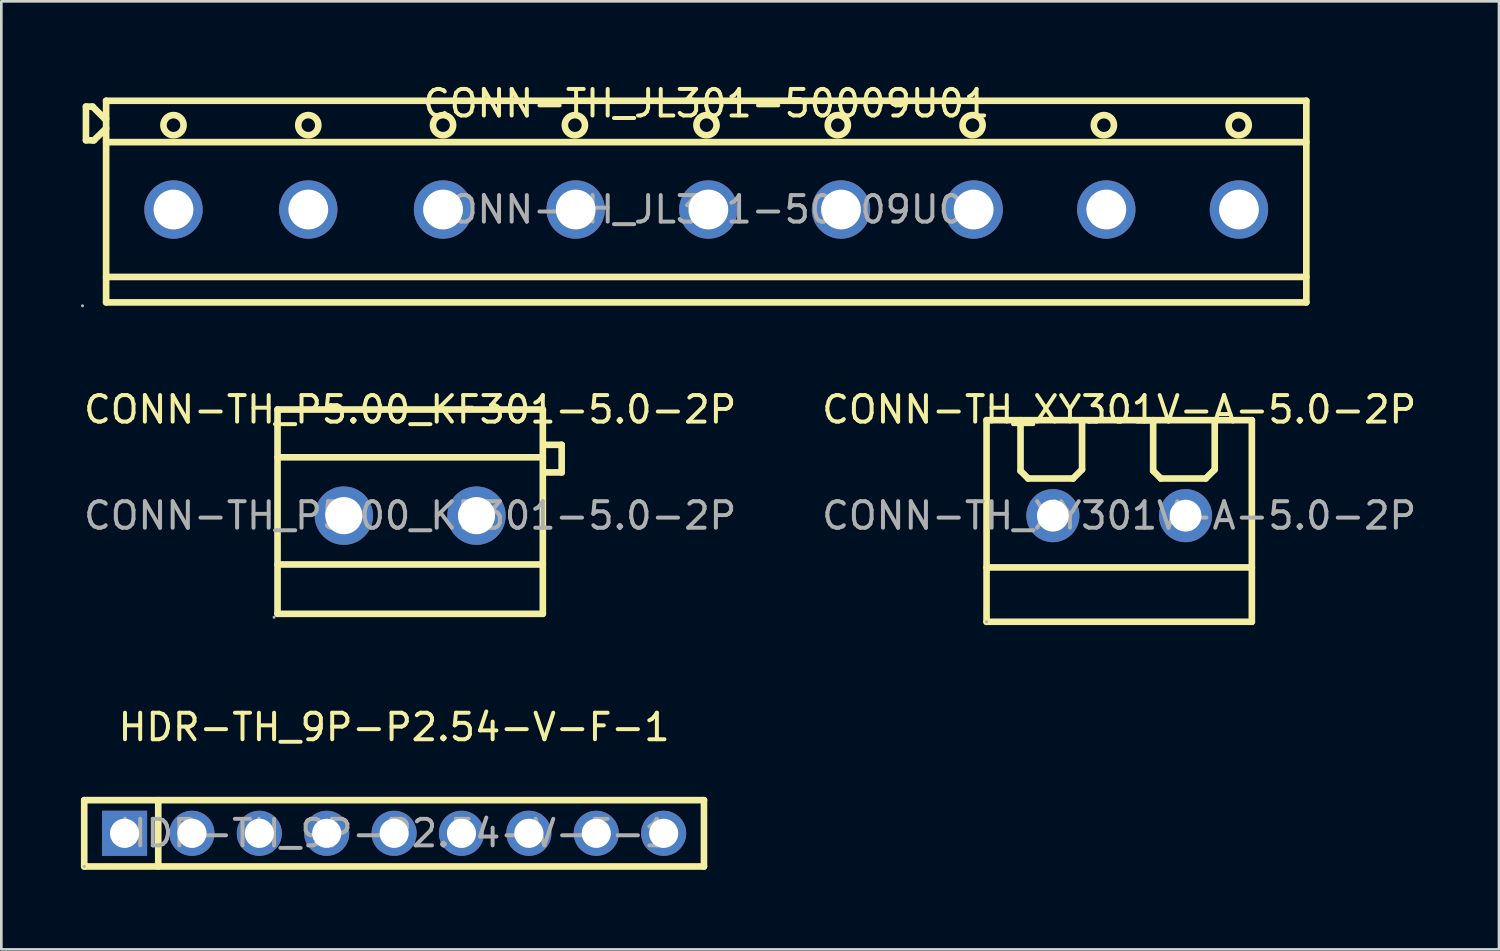
<source format=kicad_pcb>
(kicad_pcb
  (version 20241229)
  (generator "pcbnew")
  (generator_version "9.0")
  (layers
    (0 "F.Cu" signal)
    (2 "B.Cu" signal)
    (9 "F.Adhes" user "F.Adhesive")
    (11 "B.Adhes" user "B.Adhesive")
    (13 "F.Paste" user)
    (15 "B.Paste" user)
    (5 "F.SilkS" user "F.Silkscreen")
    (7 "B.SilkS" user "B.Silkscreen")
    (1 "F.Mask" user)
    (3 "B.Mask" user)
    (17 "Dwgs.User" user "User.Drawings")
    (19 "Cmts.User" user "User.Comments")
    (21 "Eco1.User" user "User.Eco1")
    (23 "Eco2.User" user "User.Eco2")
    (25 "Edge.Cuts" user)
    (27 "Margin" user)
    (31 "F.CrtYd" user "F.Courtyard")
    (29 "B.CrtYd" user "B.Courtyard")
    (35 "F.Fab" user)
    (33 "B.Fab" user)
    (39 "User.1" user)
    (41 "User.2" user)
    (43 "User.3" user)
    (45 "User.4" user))
  (footprint "CONN-TH_P5.00_KF301-5.0-2P"
    (layer "F.Cu")
    (at 12.411 16.387)
    (property "Reference" "CONN-TH_P5.00_KF301-5.0-2P" (at 0 -4 0) (layer "F.SilkS") (effects (font (size 1 1) (thickness 0.15))))
    (attr through_hole)
    (fp_line (start -5 -4) (end -5 3.7) (stroke (width 0.25) (type solid)) (layer "F.SilkS"))
    (fp_line (start -5 -4) (end 5 -4) (stroke (width 0.25) (type solid)) (layer "F.SilkS"))
    (fp_line (start -5 -2.2) (end 5 -2.2) (stroke (width 0.25) (type solid)) (layer "F.SilkS"))
    (fp_line (start -5 1.84) (end 5 1.84) (stroke (width 0.25) (type solid)) (layer "F.SilkS"))
    (fp_line (start -5 3.7) (end 5 3.7) (stroke (width 0.25) (type solid)) (layer "F.SilkS"))
    (fp_line (start 5 -4) (end 5 3.7) (stroke (width 0.25) (type solid)) (layer "F.SilkS"))
    (fp_line (start 5.08 -2.67) (end 5.71 -2.67) (stroke (width 0.25) (type solid)) (layer "F.SilkS"))
    (fp_line (start 5.71 -2.67) (end 5.71 -1.63) (stroke (width 0.25) (type solid)) (layer "F.SilkS"))
    (fp_line (start 5.71 -1.63) (end 5.08 -1.63) (stroke (width 0.25) (type solid)) (layer "F.SilkS"))
    (fp_circle (center -5.13 3.83) (end -5.1 3.83) (stroke (width 0.06) (type solid)) (fill no) (layer "F.Fab"))
    (fp_circle (center -2.5 0) (end -2.2 0) (stroke (width 0.6) (type solid)) (fill no) (layer "F.Fab"))
    (fp_circle (center 2.5 0) (end 2.8 0) (stroke (width 0.6) (type solid)) (fill no) (layer "F.Fab"))
    (fp_text user "${REFERENCE}" (at 0 0 0) (layer "F.Fab") (effects (font (size 1 1) (thickness 0.15))))
    (pad "1" thru_hole circle (at -2.5 0) (size 2.2 2.2) (drill 1.4) (layers "*.Cu" "*.Mask"))
    (pad "2" thru_hole circle (at 2.5 0) (size 2.2 2.2) (drill 1.4) (layers "*.Cu" "*.Mask")))
  (footprint "CONN-TH_JL301-50009U01"
    (layer "F.Cu")
    (at 23.57 4.848)
    (property "Reference" "CONN-TH_JL301-50009U01" (at 0 -4 0) (layer "F.SilkS") (effects (font (size 1 1) (thickness 0.15))))
    (attr through_hole)
    (fp_line (start -23.38 -3.88) (end -23.38 -2.61) (stroke (width 0.25) (type solid)) (layer "F.SilkS"))
    (fp_line (start -23.38 -2.61) (end -23.13 -2.61) (stroke (width 0.25) (type solid)) (layer "F.SilkS"))
    (fp_line (start -23.13 -3.88) (end -23.38 -3.88) (stroke (width 0.25) (type solid)) (layer "F.SilkS"))
    (fp_line (start -23.13 -2.61) (end -23.08 -2.61) (stroke (width 0.25) (type solid)) (layer "F.SilkS"))
    (fp_line (start -23.08 -2.61) (end -22.62 -3.06) (stroke (width 0.25) (type solid)) (layer "F.SilkS"))
    (fp_line (start -22.68 -3.43) (end -23.13 -3.88) (stroke (width 0.25) (type solid)) (layer "F.SilkS"))
    (fp_line (start -22.62 -4.1) (end 22.62 -4.1) (stroke (width 0.25) (type solid)) (layer "F.SilkS"))
    (fp_line (start -22.62 -3.43) (end -22.68 -3.43) (stroke (width 0.25) (type solid)) (layer "F.SilkS"))
    (fp_line (start -22.62 -2.54) (end 22.62 -2.54) (stroke (width 0.25) (type solid)) (layer "F.SilkS"))
    (fp_line (start -22.62 2.54) (end 22.62 2.54) (stroke (width 0.25) (type solid)) (layer "F.SilkS"))
    (fp_line (start -22.62 3.5) (end -22.62 -4.1) (stroke (width 0.25) (type solid)) (layer "F.SilkS"))
    (fp_line (start -22.62 3.5) (end 22.62 3.5) (stroke (width 0.25) (type solid)) (layer "F.SilkS"))
    (fp_line (start 22.62 -4.1) (end 22.62 3.5) (stroke (width 0.25) (type solid)) (layer "F.SilkS"))
    (fp_circle (center -20.08 -3.18) (end -19.7 -3.18) (stroke (width 0.25) (type solid)) (fill no) (layer "F.SilkS"))
    (fp_circle (center -15 -3.18) (end -14.62 -3.18) (stroke (width 0.25) (type solid)) (fill no) (layer "F.SilkS"))
    (fp_circle (center -9.92 -3.18) (end -9.54 -3.18) (stroke (width 0.25) (type solid)) (fill no) (layer "F.SilkS"))
    (fp_circle (center -4.95 -3.18) (end -4.57 -3.18) (stroke (width 0.25) (type solid)) (fill no) (layer "F.SilkS"))
    (fp_circle (center 0.01 -3.18) (end 0.39 -3.18) (stroke (width 0.25) (type solid)) (fill no) (layer "F.SilkS"))
    (fp_circle (center 4.96 -3.18) (end 5.34 -3.18) (stroke (width 0.25) (type solid)) (fill no) (layer "F.SilkS"))
    (fp_circle (center 10.04 -3.18) (end 10.42 -3.18) (stroke (width 0.25) (type solid)) (fill no) (layer "F.SilkS"))
    (fp_circle (center 14.99 -3.18) (end 15.37 -3.18) (stroke (width 0.25) (type solid)) (fill no) (layer "F.SilkS"))
    (fp_circle (center 20.07 -3.18) (end 20.45 -3.18) (stroke (width 0.25) (type solid)) (fill no) (layer "F.SilkS"))
    (fp_circle (center -23.51 3.63) (end -23.48 3.63) (stroke (width 0.06) (type solid)) (fill no) (layer "F.Fab"))
    (fp_circle (center -20.08 0) (end -19.75 0) (stroke (width 0.65) (type solid)) (fill no) (layer "F.Fab"))
    (fp_circle (center -15 0) (end -14.67 0) (stroke (width 0.65) (type solid)) (fill no) (layer "F.Fab"))
    (fp_circle (center -9.92 0) (end -9.59 0) (stroke (width 0.65) (type solid)) (fill no) (layer "F.Fab"))
    (fp_circle (center -4.92 0) (end -4.59 0) (stroke (width 0.65) (type solid)) (fill no) (layer "F.Fab"))
    (fp_circle (center 0.08 0) (end 0.41 0) (stroke (width 0.65) (type solid)) (fill no) (layer "F.Fab"))
    (fp_circle (center 5.08 0) (end 5.41 0) (stroke (width 0.65) (type solid)) (fill no) (layer "F.Fab"))
    (fp_circle (center 10.08 0) (end 10.41 0) (stroke (width 0.65) (type solid)) (fill no) (layer "F.Fab"))
    (fp_circle (center 15.08 0) (end 15.41 0) (stroke (width 0.65) (type solid)) (fill no) (layer "F.Fab"))
    (fp_circle (center 20.08 0) (end 20.41 0) (stroke (width 0.65) (type solid)) (fill no) (layer "F.Fab"))
    (fp_text user "${REFERENCE}" (at 0 0 0) (layer "F.Fab") (effects (font (size 1 1) (thickness 0.15))))
    (pad "1" thru_hole circle (at -20.08 0) (size 2.2 2.2) (drill 1.5) (layers "*.Cu" "*.Mask"))
    (pad "2" thru_hole circle (at -15 0) (size 2.2 2.2) (drill 1.5) (layers "*.Cu" "*.Mask"))
    (pad "3" thru_hole circle (at -9.92 0) (size 2.2 2.2) (drill 1.5) (layers "*.Cu" "*.Mask"))
    (pad "4" thru_hole circle (at -4.92 0) (size 2.2 2.2) (drill 1.5) (layers "*.Cu" "*.Mask"))
    (pad "5" thru_hole circle (at 0.08 0) (size 2.2 2.2) (drill 1.5) (layers "*.Cu" "*.Mask"))
    (pad "6" thru_hole circle (at 5.08 0) (size 2.2 2.2) (drill 1.5) (layers "*.Cu" "*.Mask"))
    (pad "7" thru_hole circle (at 10.08 0) (size 2.2 2.2) (drill 1.5) (layers "*.Cu" "*.Mask"))
    (pad "8" thru_hole circle (at 15.08 0) (size 2.2 2.2) (drill 1.5) (layers "*.Cu" "*.Mask"))
    (pad "9" thru_hole circle (at 20.08 0) (size 2.2 2.2) (drill 1.5) (layers "*.Cu" "*.Mask")))
  (footprint "CONN-TH_XY301V-A-5.0-2P"
    (layer "F.Cu")
    (at 39.137 16.387)
    (property "Reference" "CONN-TH_XY301V-A-5.0-2P" (at 0 -4 0) (layer "F.SilkS") (effects (font (size 1 1) (thickness 0.15))))
    (attr through_hole)
    (fp_line (start -5 -3.6) (end -5 4) (stroke (width 0.25) (type solid)) (layer "F.SilkS"))
    (fp_line (start -5 -3.6) (end 5 -3.6) (stroke (width 0.25) (type solid)) (layer "F.SilkS"))
    (fp_line (start -5 1.95) (end 5 1.95) (stroke (width 0.25) (type solid)) (layer "F.SilkS"))
    (fp_line (start -5 4) (end 5 4) (stroke (width 0.25) (type solid)) (layer "F.SilkS"))
    (fp_line (start -3.72 -3.6) (end -3.72 -1.69) (stroke (width 0.25) (type solid)) (layer "F.SilkS"))
    (fp_line (start -3.72 -1.69) (end -3.43 -1.4) (stroke (width 0.25) (type solid)) (layer "F.SilkS"))
    (fp_line (start -3.43 -1.4) (end -1.74 -1.4) (stroke (width 0.25) (type solid)) (layer "F.SilkS"))
    (fp_line (start -1.74 -1.4) (end -1.4 -1.74) (stroke (width 0.25) (type solid)) (layer "F.SilkS"))
    (fp_line (start -1.4 -1.74) (end -1.4 -3.6) (stroke (width 0.25) (type solid)) (layer "F.SilkS"))
    (fp_line (start 1.28 -3.6) (end 1.28 -1.69) (stroke (width 0.25) (type solid)) (layer "F.SilkS"))
    (fp_line (start 1.28 -1.69) (end 1.57 -1.4) (stroke (width 0.25) (type solid)) (layer "F.SilkS"))
    (fp_line (start 1.57 -1.4) (end 3.26 -1.4) (stroke (width 0.25) (type solid)) (layer "F.SilkS"))
    (fp_line (start 3.26 -1.4) (end 3.6 -1.74) (stroke (width 0.25) (type solid)) (layer "F.SilkS"))
    (fp_line (start 3.6 -1.74) (end 3.6 -3.6) (stroke (width 0.25) (type solid)) (layer "F.SilkS"))
    (fp_line (start 5 -3.6) (end 5 4) (stroke (width 0.25) (type solid)) (layer "F.SilkS"))
    (fp_circle (center -5 4) (end -4.97 4) (stroke (width 0.06) (type solid)) (fill no) (layer "F.Fab"))
    (fp_circle (center -2.5 0) (end -2.25 0) (stroke (width 0.5) (type solid)) (fill no) (layer "F.Fab"))
    (fp_circle (center 2.5 0) (end 2.75 0) (stroke (width 0.5) (type solid)) (fill no) (layer "F.Fab"))
    (fp_text user "${REFERENCE}" (at 0 0 0) (layer "F.Fab") (effects (font (size 1 1) (thickness 0.15))))
    (pad "1" thru_hole circle (at -2.5 0) (size 2 2) (drill 1.2) (layers "*.Cu" "*.Mask"))
    (pad "2" thru_hole circle (at 2.5 0) (size 2 2) (drill 1.2) (layers "*.Cu" "*.Mask")))
  (footprint "HDR-TH_9P-P2.54-V-F-1"
    (layer "F.Cu")
    (at 11.805 28.36)
    (property "Reference" "HDR-TH_9P-P2.54-V-F-1" (at 0 -4 0) (layer "F.SilkS") (effects (font (size 1 1) (thickness 0.15))))
    (attr through_hole)
    (fp_line (start -11.68 -1.25) (end -11.68 1.25) (stroke (width 0.25) (type solid)) (layer "F.SilkS"))
    (fp_line (start -11.68 1.25) (end 11.68 1.25) (stroke (width 0.25) (type solid)) (layer "F.SilkS"))
    (fp_line (start -8.89 -1.25) (end -8.89 1.25) (stroke (width 0.25) (type solid)) (layer "F.SilkS"))
    (fp_line (start 11.68 -1.25) (end -11.68 -1.25) (stroke (width 0.25) (type solid)) (layer "F.SilkS"))
    (fp_line (start 11.68 1.25) (end 11.68 -1.25) (stroke (width 0.25) (type solid)) (layer "F.SilkS"))
    (fp_circle (center -11.68 1.25) (end -11.65 1.25) (stroke (width 0.06) (type solid)) (fill no) (layer "F.Fab"))
    (fp_text user "${REFERENCE}" (at 0 0 0) (layer "F.Fab") (effects (font (size 1 1) (thickness 0.15))))
    (pad "1" thru_hole rect (at -10.16 0) (size 1.7 1.7) (drill 1.1) (layers "*.Cu" "*.Mask"))
    (pad "2" thru_hole circle (at -7.62 0) (size 1.7 1.7) (drill 1.1) (layers "*.Cu" "*.Mask"))
    (pad "3" thru_hole circle (at -5.08 0) (size 1.7 1.7) (drill 1.1) (layers "*.Cu" "*.Mask"))
    (pad "4" thru_hole circle (at -2.54 0) (size 1.7 1.7) (drill 1.1) (layers "*.Cu" "*.Mask"))
    (pad "5" thru_hole circle (at 0 0) (size 1.7 1.7) (drill 1.1) (layers "*.Cu" "*.Mask"))
    (pad "6" thru_hole circle (at 2.54 0) (size 1.7 1.7) (drill 1.1) (layers "*.Cu" "*.Mask"))
    (pad "7" thru_hole circle (at 5.08 0) (size 1.7 1.7) (drill 1.1) (layers "*.Cu" "*.Mask"))
    (pad "8" thru_hole circle (at 7.62 0) (size 1.7 1.7) (drill 1.1) (layers "*.Cu" "*.Mask"))
    (pad "9" thru_hole circle (at 10.16 0) (size 1.7 1.7) (drill 1.1) (layers "*.Cu" "*.Mask")))
  (gr_rect
    (start -3 -3)
    (end 53.452 32.735)
    (stroke (width 0.1) (type default))
    (fill no)
    (layer "Edge.Cuts")))
</source>
